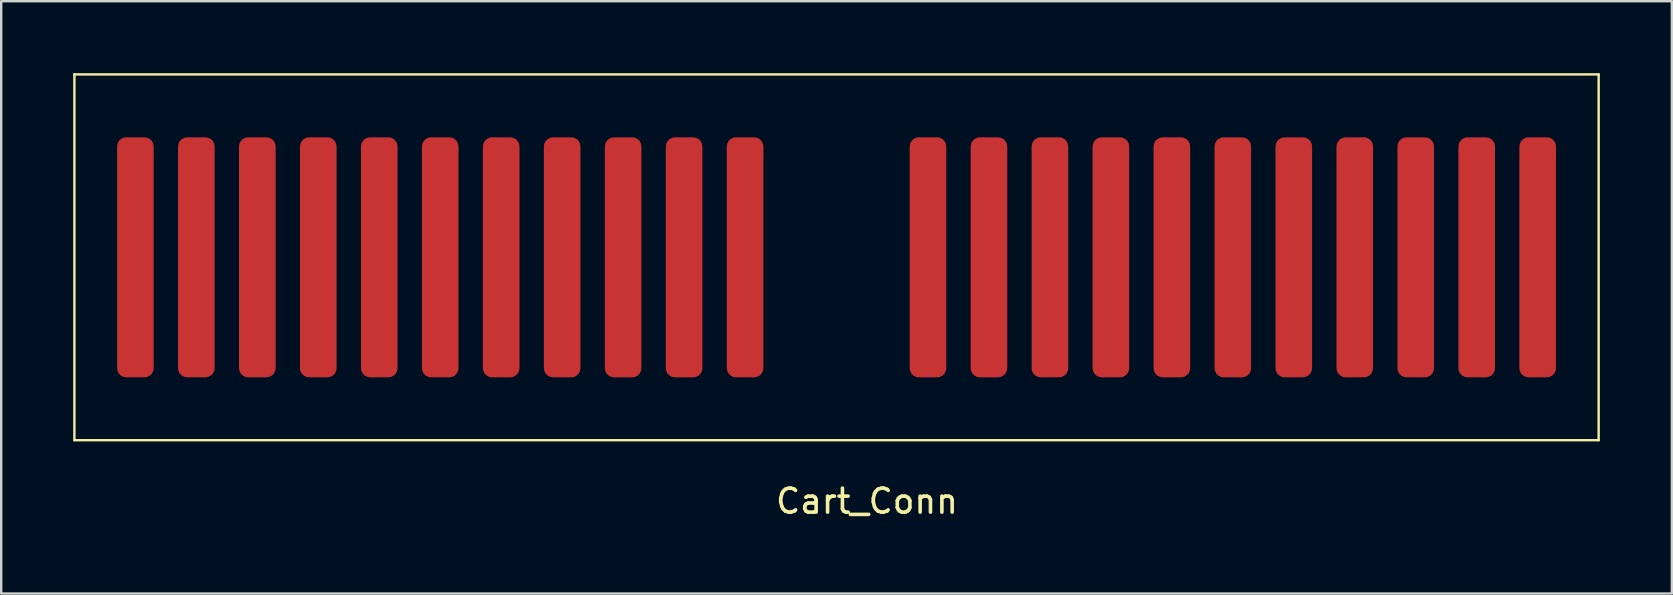
<source format=kicad_pcb>
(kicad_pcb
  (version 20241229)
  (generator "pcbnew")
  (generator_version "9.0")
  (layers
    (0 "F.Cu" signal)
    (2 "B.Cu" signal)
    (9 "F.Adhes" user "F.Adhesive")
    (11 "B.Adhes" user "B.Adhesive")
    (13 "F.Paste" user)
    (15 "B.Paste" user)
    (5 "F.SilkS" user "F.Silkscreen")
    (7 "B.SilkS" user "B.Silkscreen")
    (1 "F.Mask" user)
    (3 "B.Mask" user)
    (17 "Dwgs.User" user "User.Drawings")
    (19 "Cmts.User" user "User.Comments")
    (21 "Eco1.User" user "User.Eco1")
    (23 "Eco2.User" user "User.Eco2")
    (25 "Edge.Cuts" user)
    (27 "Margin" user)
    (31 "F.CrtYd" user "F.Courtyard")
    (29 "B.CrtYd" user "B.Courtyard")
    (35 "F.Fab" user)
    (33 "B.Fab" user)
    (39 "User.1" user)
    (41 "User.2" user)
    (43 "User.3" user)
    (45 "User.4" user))
  (footprint "Cart_Conn"
    (layer "F.Cu")
    (at 58.47 7.67)
    (property "Reference" "Cart_Conn" (at -25.4 10.16 0) (layer "F.SilkS") (effects (font (size 1 1) (thickness 0.15))))
    (attr through_hole)
    (fp_line (start -58.42 -7.62) (end 5.08 -7.62) (stroke (width 0.1) (type solid)) (layer "F.SilkS"))
    (fp_line (start -58.42 7.62) (end -58.42 -7.62) (stroke (width 0.1) (type solid)) (layer "F.SilkS"))
    (fp_line (start 5.08 -7.62) (end 5.08 7.62) (stroke (width 0.1) (type solid)) (layer "F.SilkS"))
    (fp_line (start 5.08 7.62) (end -58.42 7.62) (stroke (width 0.1) (type solid)) (layer "F.SilkS"))
    (pad "1" smd roundrect (at -55.88 0) (size 1.524 10) (layers "F.Cu" "F.Mask" "F.Paste") (roundrect_rratio 0.25))
    (pad "2" smd roundrect (at -53.34 0) (size 1.524 10) (layers "F.Cu" "F.Mask" "F.Paste") (roundrect_rratio 0.25))
    (pad "3" smd roundrect (at -50.8 0) (size 1.524 10) (layers "F.Cu" "F.Mask" "F.Paste") (roundrect_rratio 0.25))
    (pad "4" smd roundrect (at -48.26 0) (size 1.524 10) (layers "F.Cu" "F.Mask" "F.Paste") (roundrect_rratio 0.25))
    (pad "5" smd roundrect (at -45.72 0) (size 1.524 10) (layers "F.Cu" "F.Mask" "F.Paste") (roundrect_rratio 0.25))
    (pad "6" smd roundrect (at -43.18 0) (size 1.524 10) (layers "F.Cu" "F.Mask" "F.Paste") (roundrect_rratio 0.25))
    (pad "7" smd roundrect (at -40.64 0) (size 1.524 10) (layers "F.Cu" "F.Mask" "F.Paste") (roundrect_rratio 0.25))
    (pad "8" smd roundrect (at -38.1 0) (size 1.524 10) (layers "F.Cu" "F.Mask" "F.Paste") (roundrect_rratio 0.25))
    (pad "9" smd roundrect (at -35.56 0) (size 1.524 10) (layers "F.Cu" "F.Mask" "F.Paste") (roundrect_rratio 0.25))
    (pad "10" smd roundrect (at -33.02 0) (size 1.524 10) (layers "F.Cu" "F.Mask" "F.Paste") (roundrect_rratio 0.25))
    (pad "11" smd roundrect (at -30.48 0) (size 1.524 10) (layers "F.Cu" "F.Mask" "F.Paste") (roundrect_rratio 0.25))
    (pad "12" smd roundrect (at -22.86 0) (size 1.524 10) (layers "F.Cu" "F.Mask" "F.Paste") (roundrect_rratio 0.25))
    (pad "13" smd roundrect (at -20.32 0) (size 1.524 10) (layers "F.Cu" "F.Mask" "F.Paste") (roundrect_rratio 0.25))
    (pad "14" smd roundrect (at -17.78 0) (size 1.524 10) (layers "F.Cu" "F.Mask" "F.Paste") (roundrect_rratio 0.25))
    (pad "15" smd roundrect (at -15.24 0) (size 1.524 10) (layers "F.Cu" "F.Mask" "F.Paste") (roundrect_rratio 0.25))
    (pad "16" smd roundrect (at -12.7 0) (size 1.524 10) (layers "F.Cu" "F.Mask" "F.Paste") (roundrect_rratio 0.25))
    (pad "17" smd roundrect (at -10.16 0) (size 1.524 10) (layers "F.Cu" "F.Mask" "F.Paste") (roundrect_rratio 0.25))
    (pad "18" smd roundrect (at -7.62 0) (size 1.524 10) (layers "F.Cu" "F.Mask" "F.Paste") (roundrect_rratio 0.25))
    (pad "19" smd roundrect (at -5.08 0) (size 1.524 10) (layers "F.Cu" "F.Mask" "F.Paste") (roundrect_rratio 0.25))
    (pad "20" smd roundrect (at -2.54 0) (size 1.524 10) (layers "F.Cu" "F.Mask" "F.Paste") (roundrect_rratio 0.25))
    (pad "21" smd roundrect (at 0 0) (size 1.524 10) (layers "F.Cu" "F.Mask" "F.Paste") (roundrect_rratio 0.25))
    (pad "22" smd roundrect (at 2.54 0) (size 1.524 10) (layers "F.Cu" "F.Mask" "F.Paste") (roundrect_rratio 0.25)))
  (gr_rect
    (start -3 -3)
    (end 66.6 21.678)
    (stroke (width 0.1) (type default))
    (fill no)
    (layer "Edge.Cuts")))
</source>
